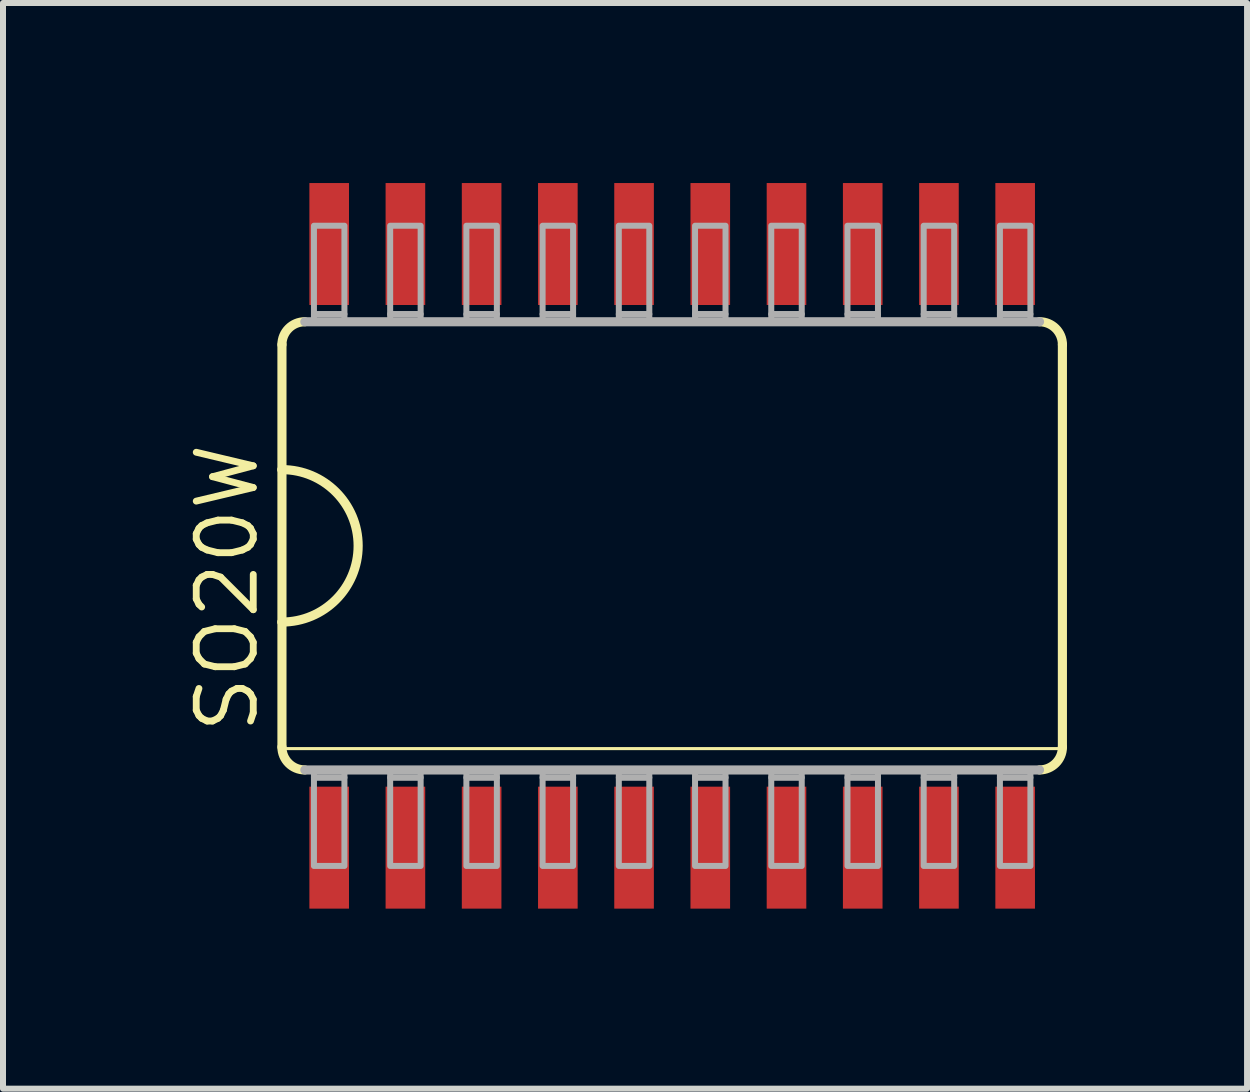
<source format=kicad_pcb>
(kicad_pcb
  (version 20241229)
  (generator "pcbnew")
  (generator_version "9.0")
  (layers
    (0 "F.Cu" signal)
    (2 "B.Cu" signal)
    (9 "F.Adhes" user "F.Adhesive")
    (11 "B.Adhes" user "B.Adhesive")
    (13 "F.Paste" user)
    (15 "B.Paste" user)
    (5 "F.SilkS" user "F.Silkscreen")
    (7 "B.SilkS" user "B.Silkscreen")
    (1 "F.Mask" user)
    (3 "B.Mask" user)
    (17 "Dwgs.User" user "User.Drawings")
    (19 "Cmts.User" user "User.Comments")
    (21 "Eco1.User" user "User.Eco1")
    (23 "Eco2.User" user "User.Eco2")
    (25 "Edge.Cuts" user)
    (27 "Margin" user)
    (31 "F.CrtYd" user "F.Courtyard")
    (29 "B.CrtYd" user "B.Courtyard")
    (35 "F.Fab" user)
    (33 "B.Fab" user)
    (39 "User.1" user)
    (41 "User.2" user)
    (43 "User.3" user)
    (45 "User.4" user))
  (footprint "SO20W"
    (layer "F.Cu")
    (at 8.15 6.045)
    (property "Reference" "SO20W" (at -6.858 3.175 270) (layer "F.SilkS") (effects (font (size 0.95 0.95) (thickness 0.114)) (justify left bottom)))
    (attr through_hole)
    (fp_line (start -6.502 -3.353) (end -6.502 -1.27) (stroke (width 0.152) (type solid)) (layer "F.SilkS"))
    (fp_line (start -6.502 -1.27) (end -6.502 1.27) (stroke (width 0.152) (type solid)) (layer "F.SilkS"))
    (fp_line (start -6.502 1.27) (end -6.502 3.353) (stroke (width 0.152) (type solid)) (layer "F.SilkS"))
    (fp_line (start -6.477 3.378) (end 6.477 3.378) (stroke (width 0.051) (type solid)) (layer "F.SilkS"))
    (fp_line (start 6.502 3.353) (end 6.502 -3.353) (stroke (width 0.152) (type solid)) (layer "F.SilkS"))
    (fp_arc (start -6.5024 -3.3528) (mid -6.390808 -3.622208) (end -6.1214 -3.7338) (stroke (width 0.1524) (type solid)) (layer "F.SilkS"))
    (fp_arc (start -6.5024 -1.27) (mid -5.2324 0) (end -6.5024 1.27) (stroke (width 0.1524) (type solid)) (layer "F.SilkS"))
    (fp_arc (start -6.1214 3.7338) (mid -6.390808 3.622208) (end -6.5024 3.3528) (stroke (width 0.1524) (type solid)) (layer "F.SilkS"))
    (fp_arc (start 6.1214 -3.7338) (mid 6.390808 -3.622208) (end 6.5024 -3.3528) (stroke (width 0.1524) (type solid)) (layer "F.SilkS"))
    (fp_arc (start 6.5024 3.3528) (mid 6.390808 3.622208) (end 6.1214 3.7338) (stroke (width 0.1524) (type solid)) (layer "F.SilkS"))
    (fp_line (start -6.121 3.734) (end 6.121 3.734) (stroke (width 0.152) (type solid)) (layer "F.Fab"))
    (fp_line (start 6.121 -3.734) (end -6.121 -3.734) (stroke (width 0.152) (type solid)) (layer "F.Fab"))
    (fp_poly (pts (xy -5.969 -3.861) (xy -5.461 -3.861) (xy -5.461 -5.334) (xy -5.969 -5.334)) (stroke (width 0.1) (type solid)) (fill no) (layer "F.Fab"))
    (fp_poly (pts (xy -5.969 -3.734) (xy -5.461 -3.734) (xy -5.461 -3.861) (xy -5.969 -3.861)) (stroke (width 0.1) (type solid)) (fill no) (layer "F.Fab"))
    (fp_poly (pts (xy -5.969 3.861) (xy -5.461 3.861) (xy -5.461 3.734) (xy -5.969 3.734)) (stroke (width 0.1) (type solid)) (fill no) (layer "F.Fab"))
    (fp_poly (pts (xy -5.969 5.334) (xy -5.461 5.334) (xy -5.461 3.861) (xy -5.969 3.861)) (stroke (width 0.1) (type solid)) (fill no) (layer "F.Fab"))
    (fp_poly (pts (xy -4.699 -3.861) (xy -4.191 -3.861) (xy -4.191 -5.334) (xy -4.699 -5.334)) (stroke (width 0.1) (type solid)) (fill no) (layer "F.Fab"))
    (fp_poly (pts (xy -4.699 -3.734) (xy -4.191 -3.734) (xy -4.191 -3.861) (xy -4.699 -3.861)) (stroke (width 0.1) (type solid)) (fill no) (layer "F.Fab"))
    (fp_poly (pts (xy -4.699 3.861) (xy -4.191 3.861) (xy -4.191 3.734) (xy -4.699 3.734)) (stroke (width 0.1) (type solid)) (fill no) (layer "F.Fab"))
    (fp_poly (pts (xy -4.699 5.334) (xy -4.191 5.334) (xy -4.191 3.861) (xy -4.699 3.861)) (stroke (width 0.1) (type solid)) (fill no) (layer "F.Fab"))
    (fp_poly (pts (xy -3.429 -3.861) (xy -2.921 -3.861) (xy -2.921 -5.334) (xy -3.429 -5.334)) (stroke (width 0.1) (type solid)) (fill no) (layer "F.Fab"))
    (fp_poly (pts (xy -3.429 -3.734) (xy -2.921 -3.734) (xy -2.921 -3.861) (xy -3.429 -3.861)) (stroke (width 0.1) (type solid)) (fill no) (layer "F.Fab"))
    (fp_poly (pts (xy -3.429 3.861) (xy -2.921 3.861) (xy -2.921 3.734) (xy -3.429 3.734)) (stroke (width 0.1) (type solid)) (fill no) (layer "F.Fab"))
    (fp_poly (pts (xy -3.429 5.334) (xy -2.921 5.334) (xy -2.921 3.861) (xy -3.429 3.861)) (stroke (width 0.1) (type solid)) (fill no) (layer "F.Fab"))
    (fp_poly (pts (xy -2.159 -3.861) (xy -1.651 -3.861) (xy -1.651 -5.334) (xy -2.159 -5.334)) (stroke (width 0.1) (type solid)) (fill no) (layer "F.Fab"))
    (fp_poly (pts (xy -2.159 -3.734) (xy -1.651 -3.734) (xy -1.651 -3.861) (xy -2.159 -3.861)) (stroke (width 0.1) (type solid)) (fill no) (layer "F.Fab"))
    (fp_poly (pts (xy -2.159 3.861) (xy -1.651 3.861) (xy -1.651 3.734) (xy -2.159 3.734)) (stroke (width 0.1) (type solid)) (fill no) (layer "F.Fab"))
    (fp_poly (pts (xy -2.159 5.334) (xy -1.651 5.334) (xy -1.651 3.861) (xy -2.159 3.861)) (stroke (width 0.1) (type solid)) (fill no) (layer "F.Fab"))
    (fp_poly (pts (xy -0.889 -3.861) (xy -0.381 -3.861) (xy -0.381 -5.334) (xy -0.889 -5.334)) (stroke (width 0.1) (type solid)) (fill no) (layer "F.Fab"))
    (fp_poly (pts (xy -0.889 -3.734) (xy -0.381 -3.734) (xy -0.381 -3.861) (xy -0.889 -3.861)) (stroke (width 0.1) (type solid)) (fill no) (layer "F.Fab"))
    (fp_poly (pts (xy -0.889 3.861) (xy -0.381 3.861) (xy -0.381 3.734) (xy -0.889 3.734)) (stroke (width 0.1) (type solid)) (fill no) (layer "F.Fab"))
    (fp_poly (pts (xy -0.889 5.334) (xy -0.381 5.334) (xy -0.381 3.861) (xy -0.889 3.861)) (stroke (width 0.1) (type solid)) (fill no) (layer "F.Fab"))
    (fp_poly (pts (xy 0.381 -3.861) (xy 0.889 -3.861) (xy 0.889 -5.334) (xy 0.381 -5.334)) (stroke (width 0.1) (type solid)) (fill no) (layer "F.Fab"))
    (fp_poly (pts (xy 0.381 -3.734) (xy 0.889 -3.734) (xy 0.889 -3.861) (xy 0.381 -3.861)) (stroke (width 0.1) (type solid)) (fill no) (layer "F.Fab"))
    (fp_poly (pts (xy 0.381 3.861) (xy 0.889 3.861) (xy 0.889 3.734) (xy 0.381 3.734)) (stroke (width 0.1) (type solid)) (fill no) (layer "F.Fab"))
    (fp_poly (pts (xy 0.381 5.334) (xy 0.889 5.334) (xy 0.889 3.861) (xy 0.381 3.861)) (stroke (width 0.1) (type solid)) (fill no) (layer "F.Fab"))
    (fp_poly (pts (xy 1.651 -3.861) (xy 2.159 -3.861) (xy 2.159 -5.334) (xy 1.651 -5.334)) (stroke (width 0.1) (type solid)) (fill no) (layer "F.Fab"))
    (fp_poly (pts (xy 1.651 -3.734) (xy 2.159 -3.734) (xy 2.159 -3.861) (xy 1.651 -3.861)) (stroke (width 0.1) (type solid)) (fill no) (layer "F.Fab"))
    (fp_poly (pts (xy 1.651 3.861) (xy 2.159 3.861) (xy 2.159 3.734) (xy 1.651 3.734)) (stroke (width 0.1) (type solid)) (fill no) (layer "F.Fab"))
    (fp_poly (pts (xy 1.651 5.334) (xy 2.159 5.334) (xy 2.159 3.861) (xy 1.651 3.861)) (stroke (width 0.1) (type solid)) (fill no) (layer "F.Fab"))
    (fp_poly (pts (xy 2.921 -3.861) (xy 3.429 -3.861) (xy 3.429 -5.334) (xy 2.921 -5.334)) (stroke (width 0.1) (type solid)) (fill no) (layer "F.Fab"))
    (fp_poly (pts (xy 2.921 -3.734) (xy 3.429 -3.734) (xy 3.429 -3.861) (xy 2.921 -3.861)) (stroke (width 0.1) (type solid)) (fill no) (layer "F.Fab"))
    (fp_poly (pts (xy 2.921 3.861) (xy 3.429 3.861) (xy 3.429 3.734) (xy 2.921 3.734)) (stroke (width 0.1) (type solid)) (fill no) (layer "F.Fab"))
    (fp_poly (pts (xy 2.921 5.334) (xy 3.429 5.334) (xy 3.429 3.861) (xy 2.921 3.861)) (stroke (width 0.1) (type solid)) (fill no) (layer "F.Fab"))
    (fp_poly (pts (xy 4.191 -3.861) (xy 4.699 -3.861) (xy 4.699 -5.334) (xy 4.191 -5.334)) (stroke (width 0.1) (type solid)) (fill no) (layer "F.Fab"))
    (fp_poly (pts (xy 4.191 -3.734) (xy 4.699 -3.734) (xy 4.699 -3.861) (xy 4.191 -3.861)) (stroke (width 0.1) (type solid)) (fill no) (layer "F.Fab"))
    (fp_poly (pts (xy 4.191 3.861) (xy 4.699 3.861) (xy 4.699 3.734) (xy 4.191 3.734)) (stroke (width 0.1) (type solid)) (fill no) (layer "F.Fab"))
    (fp_poly (pts (xy 4.191 5.334) (xy 4.699 5.334) (xy 4.699 3.861) (xy 4.191 3.861)) (stroke (width 0.1) (type solid)) (fill no) (layer "F.Fab"))
    (fp_poly (pts (xy 5.461 -3.861) (xy 5.969 -3.861) (xy 5.969 -5.334) (xy 5.461 -5.334)) (stroke (width 0.1) (type solid)) (fill no) (layer "F.Fab"))
    (fp_poly (pts (xy 5.461 -3.734) (xy 5.969 -3.734) (xy 5.969 -3.861) (xy 5.461 -3.861)) (stroke (width 0.1) (type solid)) (fill no) (layer "F.Fab"))
    (fp_poly (pts (xy 5.461 3.861) (xy 5.969 3.861) (xy 5.969 3.734) (xy 5.461 3.734)) (stroke (width 0.1) (type solid)) (fill no) (layer "F.Fab"))
    (fp_poly (pts (xy 5.461 5.334) (xy 5.969 5.334) (xy 5.969 3.861) (xy 5.461 3.861)) (stroke (width 0.1) (type solid)) (fill no) (layer "F.Fab"))
    (pad "1" smd rect (at -5.715 5.029) (size 0.66 2.032) (layers "F.Cu" "F.Mask" "F.Paste"))
    (pad "2" smd rect (at -4.445 5.029) (size 0.66 2.032) (layers "F.Cu" "F.Mask" "F.Paste"))
    (pad "3" smd rect (at -3.175 5.029) (size 0.66 2.032) (layers "F.Cu" "F.Mask" "F.Paste"))
    (pad "4" smd rect (at -1.905 5.029) (size 0.66 2.032) (layers "F.Cu" "F.Mask" "F.Paste"))
    (pad "5" smd rect (at -0.635 5.029) (size 0.66 2.032) (layers "F.Cu" "F.Mask" "F.Paste"))
    (pad "6" smd rect (at 0.635 5.029) (size 0.66 2.032) (layers "F.Cu" "F.Mask" "F.Paste"))
    (pad "7" smd rect (at 1.905 5.029) (size 0.66 2.032) (layers "F.Cu" "F.Mask" "F.Paste"))
    (pad "8" smd rect (at 3.175 5.029) (size 0.66 2.032) (layers "F.Cu" "F.Mask" "F.Paste"))
    (pad "9" smd rect (at 4.445 5.029) (size 0.66 2.032) (layers "F.Cu" "F.Mask" "F.Paste"))
    (pad "10" smd rect (at 5.715 5.029) (size 0.66 2.032) (layers "F.Cu" "F.Mask" "F.Paste"))
    (pad "11" smd rect (at 5.715 -5.029) (size 0.66 2.032) (layers "F.Cu" "F.Mask" "F.Paste"))
    (pad "12" smd rect (at 4.445 -5.029) (size 0.66 2.032) (layers "F.Cu" "F.Mask" "F.Paste"))
    (pad "13" smd rect (at 3.175 -5.029) (size 0.66 2.032) (layers "F.Cu" "F.Mask" "F.Paste"))
    (pad "14" smd rect (at 1.905 -5.029) (size 0.66 2.032) (layers "F.Cu" "F.Mask" "F.Paste"))
    (pad "15" smd rect (at 0.635 -5.029) (size 0.66 2.032) (layers "F.Cu" "F.Mask" "F.Paste"))
    (pad "16" smd rect (at -0.635 -5.029) (size 0.66 2.032) (layers "F.Cu" "F.Mask" "F.Paste"))
    (pad "17" smd rect (at -1.905 -5.029) (size 0.66 2.032) (layers "F.Cu" "F.Mask" "F.Paste"))
    (pad "18" smd rect (at -3.175 -5.029) (size 0.66 2.032) (layers "F.Cu" "F.Mask" "F.Paste"))
    (pad "19" smd rect (at -4.445 -5.029) (size 0.66 2.032) (layers "F.Cu" "F.Mask" "F.Paste"))
    (pad "20" smd rect (at -5.715 -5.029) (size 0.66 2.032) (layers "F.Cu" "F.Mask" "F.Paste")))
  (gr_rect
    (start -3 -3)
    (end 17.729 15.09)
    (stroke (width 0.1) (type default))
    (fill no)
    (layer "Edge.Cuts")))
</source>
